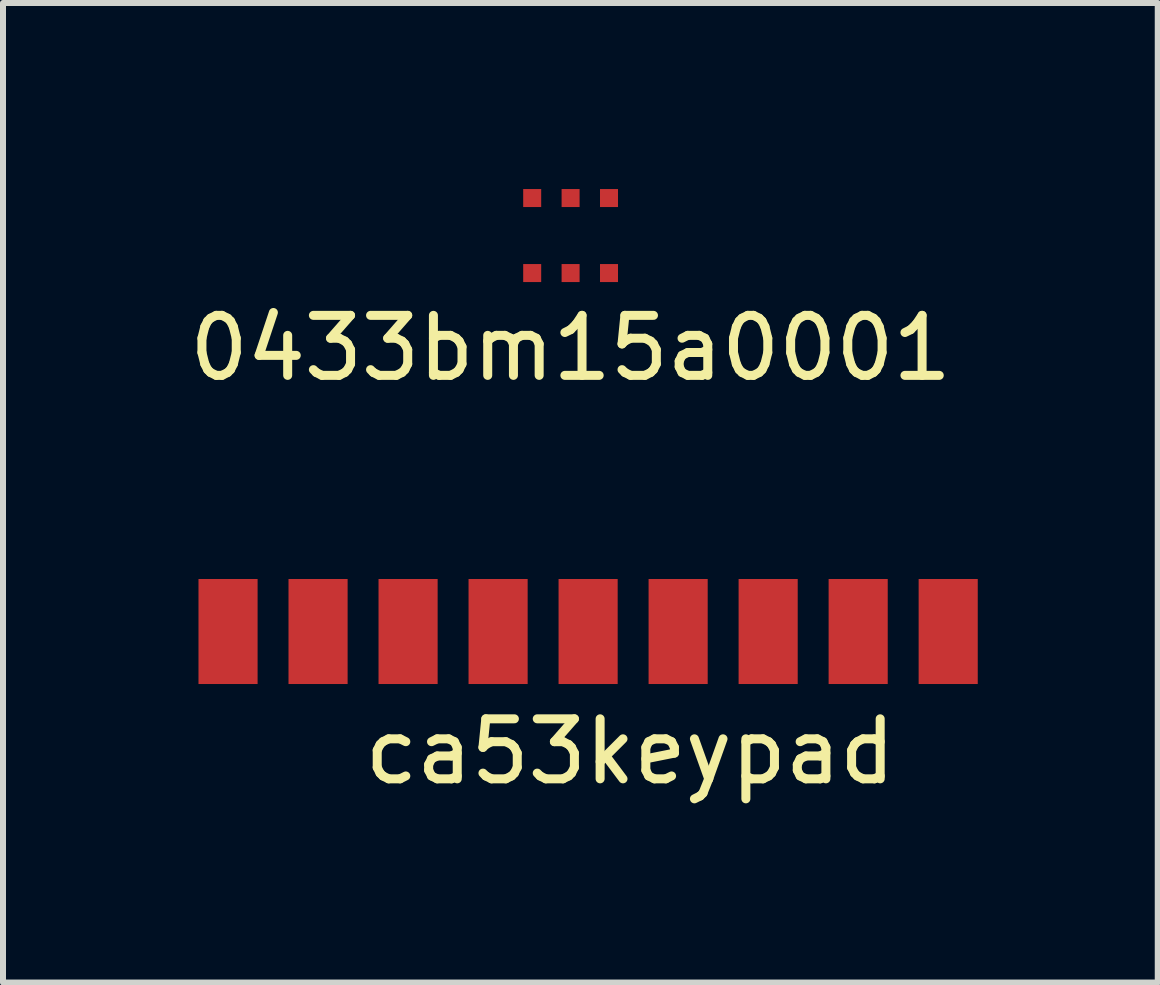
<source format=kicad_pcb>
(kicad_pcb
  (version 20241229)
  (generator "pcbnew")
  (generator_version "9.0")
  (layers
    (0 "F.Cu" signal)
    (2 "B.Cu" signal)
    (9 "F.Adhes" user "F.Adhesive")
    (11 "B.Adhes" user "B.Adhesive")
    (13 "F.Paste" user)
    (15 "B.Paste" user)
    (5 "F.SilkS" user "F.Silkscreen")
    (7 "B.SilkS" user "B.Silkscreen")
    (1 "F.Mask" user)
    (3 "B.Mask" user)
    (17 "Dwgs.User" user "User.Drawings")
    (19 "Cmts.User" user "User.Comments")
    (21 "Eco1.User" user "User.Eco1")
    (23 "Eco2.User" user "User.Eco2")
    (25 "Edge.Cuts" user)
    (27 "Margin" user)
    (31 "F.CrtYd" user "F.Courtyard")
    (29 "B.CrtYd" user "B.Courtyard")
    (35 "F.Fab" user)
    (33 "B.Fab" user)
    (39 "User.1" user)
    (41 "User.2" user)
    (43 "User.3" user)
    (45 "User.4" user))
  (footprint "0433bm15a0001"
    (layer "F.Cu")
    (at 6.458 0.25)
    (property "Reference" "0433bm15a0001" (at 0 2.5 0) (layer "F.SilkS") (effects (font (size 1 1) (thickness 0.15))))
    (attr through_hole)
    (pad "1" smd rect (at 0.64 0) (size 0.3 0.3) (layers "F.Cu" "F.Mask" "F.Paste"))
    (pad "2" smd rect (at 0 0) (size 0.3 0.3) (layers "F.Cu" "F.Mask" "F.Paste"))
    (pad "3" smd rect (at -0.64 0) (size 0.3 0.3) (layers "F.Cu" "F.Mask" "F.Paste"))
    (pad "4" smd rect (at -0.64 1.25) (size 0.3 0.3) (layers "F.Cu" "F.Mask" "F.Paste"))
    (pad "5" smd rect (at 0 1.25) (size 0.3 0.3) (layers "F.Cu" "F.Mask" "F.Paste"))
    (pad "6" smd rect (at 0.64 1.25) (size 0.3 0.3) (layers "F.Cu" "F.Mask" "F.Paste")))
  (footprint "ca53keypad"
    (layer "F.Cu")
    (at 0.25 7.473)
    (property "Reference" "ca53keypad" (at 7.2 2 0) (layer "F.SilkS") (effects (font (size 1 1) (thickness 0.15))))
    (attr through_hole)
    (pad "1" connect rect (at 0.5 0) (size 0.985 1.75) (layers "F.Cu" "F.Mask"))
    (pad "2" connect rect (at 2 0) (size 0.985 1.75) (layers "F.Cu" "F.Mask"))
    (pad "3" connect rect (at 3.5 0) (size 0.985 1.75) (layers "F.Cu" "F.Mask"))
    (pad "4" connect rect (at 5 0) (size 0.985 1.75) (layers "F.Cu" "F.Mask"))
    (pad "5" connect rect (at 6.5 0) (size 0.985 1.75) (layers "F.Cu" "F.Mask"))
    (pad "6" connect rect (at 8 0) (size 0.985 1.75) (layers "F.Cu" "F.Mask"))
    (pad "7" connect rect (at 9.5 0) (size 0.985 1.75) (layers "F.Cu" "F.Mask"))
    (pad "8" connect rect (at 11 0) (size 0.985 1.75) (layers "F.Cu" "F.Mask"))
    (pad "9" connect rect (at 12.5 0) (size 0.985 1.75) (layers "F.Cu" "F.Mask")))
  (gr_rect
    (start -3 -3)
    (end 16.242 13.322)
    (stroke (width 0.1) (type default))
    (fill no)
    (layer "Edge.Cuts")))
</source>
